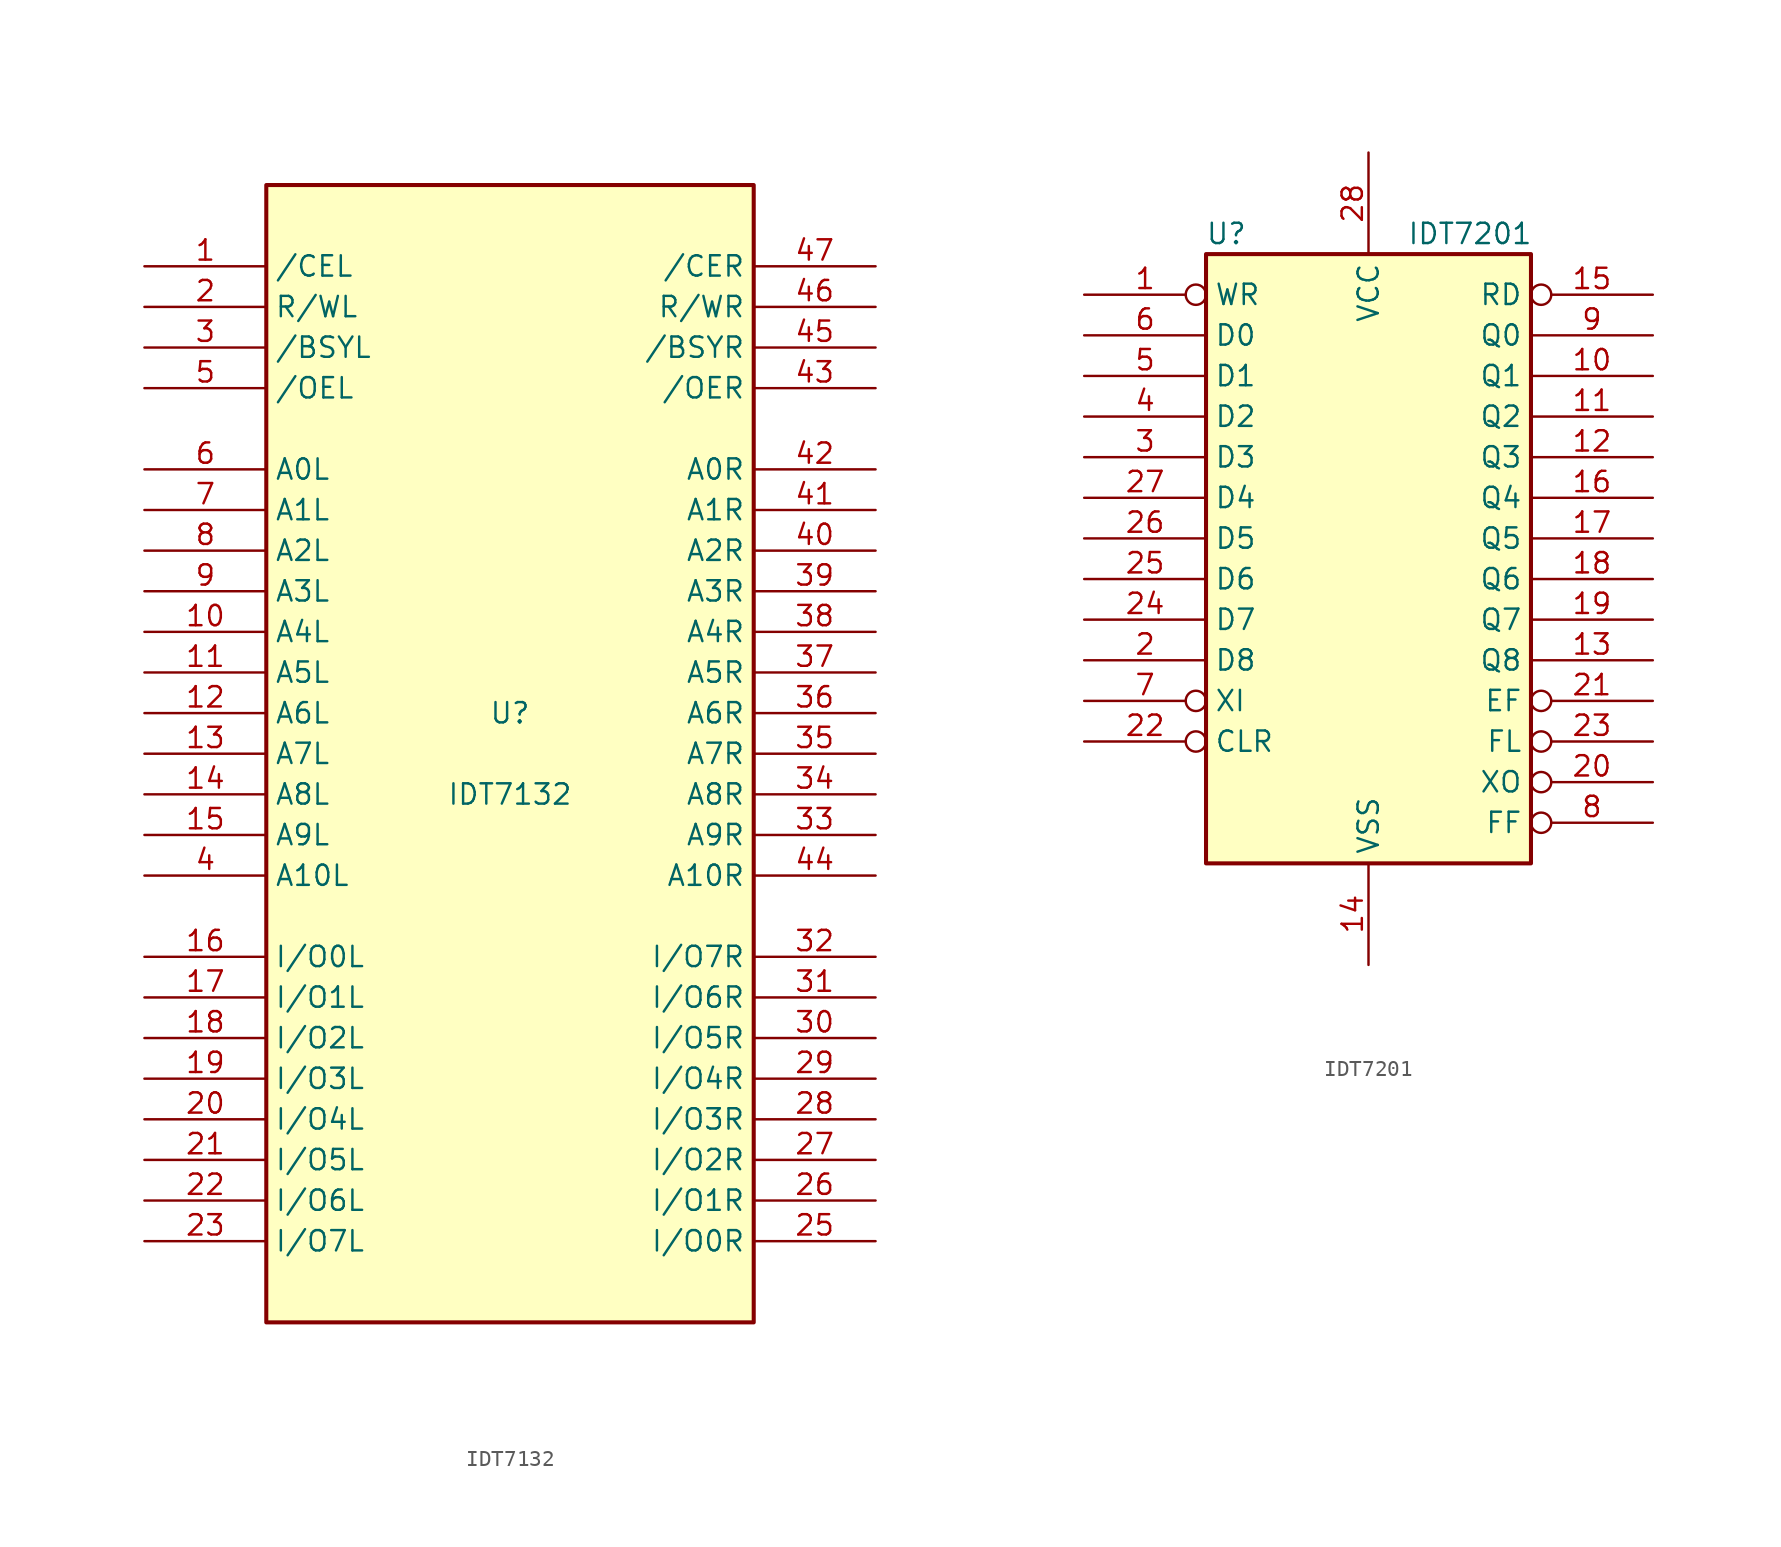
<source format=kicad_sym>
(kicad_symbol_lib
  (version 20201005)
  (generator kicad_symbol_editor)
  (symbol "IDT7132"
    (property "Reference" "U"
      (at 0 2.54 0)
      (effects (font (size 1.27 1.27))))
    (property "Value" "IDT7132"
      (at 0 -2.54 0)
      (effects (font (size 1.27 1.27))))
    (symbol "IDT7132_0_1"
      (rectangle (start -15.24 -35.56) (end 15.24 35.56) (stroke (width 0.254)) (fill (type background))))
    (symbol "IDT7132_1_1"
      (pin input line (at -22.86 30.48 0) (length 7.62) (name "/CEL" (effects (font (size 1.27 1.27)))) (number "1" (effects (font (size 1.27 1.27)))))
      (pin input line (at -22.86 7.62 0) (length 7.62) (name "A4L" (effects (font (size 1.27 1.27)))) (number "10" (effects (font (size 1.27 1.27)))))
      (pin input line (at -22.86 5.08 0) (length 7.62) (name "A5L" (effects (font (size 1.27 1.27)))) (number "11" (effects (font (size 1.27 1.27)))))
      (pin input line (at -22.86 2.54 0) (length 7.62) (name "A6L" (effects (font (size 1.27 1.27)))) (number "12" (effects (font (size 1.27 1.27)))))
      (pin input line (at -22.86 0 0) (length 7.62) (name "A7L" (effects (font (size 1.27 1.27)))) (number "13" (effects (font (size 1.27 1.27)))))
      (pin input line (at -22.86 -2.54 0) (length 7.62) (name "A8L" (effects (font (size 1.27 1.27)))) (number "14" (effects (font (size 1.27 1.27)))))
      (pin input line (at -22.86 -5.08 0) (length 7.62) (name "A9L" (effects (font (size 1.27 1.27)))) (number "15" (effects (font (size 1.27 1.27)))))
      (pin input line (at -22.86 -12.7 0) (length 7.62) (name "I/O0L" (effects (font (size 1.27 1.27)))) (number "16" (effects (font (size 1.27 1.27)))))
      (pin input line (at -22.86 -15.24 0) (length 7.62) (name "I/O1L" (effects (font (size 1.27 1.27)))) (number "17" (effects (font (size 1.27 1.27)))))
      (pin input line (at -22.86 -17.78 0) (length 7.62) (name "I/O2L" (effects (font (size 1.27 1.27)))) (number "18" (effects (font (size 1.27 1.27)))))
      (pin input line (at -22.86 -20.32 0) (length 7.62) (name "I/O3L" (effects (font (size 1.27 1.27)))) (number "19" (effects (font (size 1.27 1.27)))))
      (pin input line (at -22.86 27.94 0) (length 7.62) (name "R/WL" (effects (font (size 1.27 1.27)))) (number "2" (effects (font (size 1.27 1.27)))))
      (pin input line (at -22.86 -22.86 0) (length 7.62) (name "I/O4L" (effects (font (size 1.27 1.27)))) (number "20" (effects (font (size 1.27 1.27)))))
      (pin input line (at -22.86 -25.4 0) (length 7.62) (name "I/O5L" (effects (font (size 1.27 1.27)))) (number "21" (effects (font (size 1.27 1.27)))))
      (pin input line (at -22.86 -27.94 0) (length 7.62) (name "I/O6L" (effects (font (size 1.27 1.27)))) (number "22" (effects (font (size 1.27 1.27)))))
      (pin input line (at -22.86 -30.48 0) (length 7.62) (name "I/O7L" (effects (font (size 1.27 1.27)))) (number "23" (effects (font (size 1.27 1.27)))))
      (pin power_in line (at 0 -35.56 90) (length 0) hide (name "GND" (effects (font (size 1.27 1.27)))) (number "24" (effects (font (size 1.27 1.27)))))
      (pin input line (at 22.86 -30.48 180) (length 7.62) (name "I/O0R" (effects (font (size 1.27 1.27)))) (number "25" (effects (font (size 1.27 1.27)))))
      (pin input line (at 22.86 -27.94 180) (length 7.62) (name "I/O1R" (effects (font (size 1.27 1.27)))) (number "26" (effects (font (size 1.27 1.27)))))
      (pin input line (at 22.86 -25.4 180) (length 7.62) (name "I/O2R" (effects (font (size 1.27 1.27)))) (number "27" (effects (font (size 1.27 1.27)))))
      (pin input line (at 22.86 -22.86 180) (length 7.62) (name "I/O3R" (effects (font (size 1.27 1.27)))) (number "28" (effects (font (size 1.27 1.27)))))
      (pin input line (at 22.86 -20.32 180) (length 7.62) (name "I/O4R" (effects (font (size 1.27 1.27)))) (number "29" (effects (font (size 1.27 1.27)))))
      (pin output line (at -22.86 25.4 0) (length 7.62) (name "/BSYL" (effects (font (size 1.27 1.27)))) (number "3" (effects (font (size 1.27 1.27)))))
      (pin input line (at 22.86 -17.78 180) (length 7.62) (name "I/O5R" (effects (font (size 1.27 1.27)))) (number "30" (effects (font (size 1.27 1.27)))))
      (pin input line (at 22.86 -15.24 180) (length 7.62) (name "I/O6R" (effects (font (size 1.27 1.27)))) (number "31" (effects (font (size 1.27 1.27)))))
      (pin input line (at 22.86 -12.7 180) (length 7.62) (name "I/O7R" (effects (font (size 1.27 1.27)))) (number "32" (effects (font (size 1.27 1.27)))))
      (pin input line (at 22.86 -5.08 180) (length 7.62) (name "A9R" (effects (font (size 1.27 1.27)))) (number "33" (effects (font (size 1.27 1.27)))))
      (pin input line (at 22.86 -2.54 180) (length 7.62) (name "A8R" (effects (font (size 1.27 1.27)))) (number "34" (effects (font (size 1.27 1.27)))))
      (pin input line (at 22.86 0 180) (length 7.62) (name "A7R" (effects (font (size 1.27 1.27)))) (number "35" (effects (font (size 1.27 1.27)))))
      (pin input line (at 22.86 2.54 180) (length 7.62) (name "A6R" (effects (font (size 1.27 1.27)))) (number "36" (effects (font (size 1.27 1.27)))))
      (pin input line (at 22.86 5.08 180) (length 7.62) (name "A5R" (effects (font (size 1.27 1.27)))) (number "37" (effects (font (size 1.27 1.27)))))
      (pin input line (at 22.86 7.62 180) (length 7.62) (name "A4R" (effects (font (size 1.27 1.27)))) (number "38" (effects (font (size 1.27 1.27)))))
      (pin input line (at 22.86 10.16 180) (length 7.62) (name "A3R" (effects (font (size 1.27 1.27)))) (number "39" (effects (font (size 1.27 1.27)))))
      (pin input line (at -22.86 -7.62 0) (length 7.62) (name "A10L" (effects (font (size 1.27 1.27)))) (number "4" (effects (font (size 1.27 1.27)))))
      (pin input line (at 22.86 12.7 180) (length 7.62) (name "A2R" (effects (font (size 1.27 1.27)))) (number "40" (effects (font (size 1.27 1.27)))))
      (pin input line (at 22.86 15.24 180) (length 7.62) (name "A1R" (effects (font (size 1.27 1.27)))) (number "41" (effects (font (size 1.27 1.27)))))
      (pin input line (at 22.86 17.78 180) (length 7.62) (name "A0R" (effects (font (size 1.27 1.27)))) (number "42" (effects (font (size 1.27 1.27)))))
      (pin input line (at 22.86 22.86 180) (length 7.62) (name "/OER" (effects (font (size 1.27 1.27)))) (number "43" (effects (font (size 1.27 1.27)))))
      (pin input line (at 22.86 -7.62 180) (length 7.62) (name "A10R" (effects (font (size 1.27 1.27)))) (number "44" (effects (font (size 1.27 1.27)))))
      (pin output line (at 22.86 25.4 180) (length 7.62) (name "/BSYR" (effects (font (size 1.27 1.27)))) (number "45" (effects (font (size 1.27 1.27)))))
      (pin input line (at 22.86 27.94 180) (length 7.62) (name "R/WR" (effects (font (size 1.27 1.27)))) (number "46" (effects (font (size 1.27 1.27)))))
      (pin input line (at 22.86 30.48 180) (length 7.62) (name "/CER" (effects (font (size 1.27 1.27)))) (number "47" (effects (font (size 1.27 1.27)))))
      (pin power_in line (at 0 35.56 90) (length 0) hide (name "VCC" (effects (font (size 1.27 1.27)))) (number "48" (effects (font (size 1.27 1.27)))))
      (pin input line (at -22.86 22.86 0) (length 7.62) (name "/OEL" (effects (font (size 1.27 1.27)))) (number "5" (effects (font (size 1.27 1.27)))))
      (pin input line (at -22.86 17.78 0) (length 7.62) (name "A0L" (effects (font (size 1.27 1.27)))) (number "6" (effects (font (size 1.27 1.27)))))
      (pin input line (at -22.86 15.24 0) (length 7.62) (name "A1L" (effects (font (size 1.27 1.27)))) (number "7" (effects (font (size 1.27 1.27)))))
      (pin input line (at -22.86 12.7 0) (length 7.62) (name "A2L" (effects (font (size 1.27 1.27)))) (number "8" (effects (font (size 1.27 1.27)))))
      (pin input line (at -22.86 10.16 0) (length 7.62) (name "A3L" (effects (font (size 1.27 1.27)))) (number "9" (effects (font (size 1.27 1.27)))))))
  (symbol "IDT7201"
    (property "Reference" "U"
      (at -8.89 20.32 0)
      (effects (font (size 1.27 1.27))))
    (property "Value" "IDT7201"
      (at 6.35 20.32 0)
      (effects (font (size 1.27 1.27))))
    (symbol "IDT7201_0_1"
      (rectangle (start -10.16 -19.05) (end 10.16 19.05) (stroke (width 0.254)) (fill (type background))))
    (symbol "IDT7201_1_1"
      (pin input inverted (at -17.78 16.51 0) (length 7.62) (name "WR" (effects (font (size 1.27 1.27)))) (number "1" (effects (font (size 1.27 1.27)))))
      (pin tri_state line (at 17.78 11.43 180) (length 7.62) (name "Q1" (effects (font (size 1.27 1.27)))) (number "10" (effects (font (size 1.27 1.27)))))
      (pin tri_state line (at 17.78 8.89 180) (length 7.62) (name "Q2" (effects (font (size 1.27 1.27)))) (number "11" (effects (font (size 1.27 1.27)))))
      (pin tri_state line (at 17.78 6.35 180) (length 7.62) (name "Q3" (effects (font (size 1.27 1.27)))) (number "12" (effects (font (size 1.27 1.27)))))
      (pin tri_state line (at 17.78 -6.35 180) (length 7.62) (name "Q8" (effects (font (size 1.27 1.27)))) (number "13" (effects (font (size 1.27 1.27)))))
      (pin power_in line (at 0 -25.4 90) (length 6.35) (name "VSS" (effects (font (size 1.27 1.27)))) (number "14" (effects (font (size 1.27 1.27)))))
      (pin input inverted (at 17.78 16.51 180) (length 7.62) (name "RD" (effects (font (size 1.27 1.27)))) (number "15" (effects (font (size 1.27 1.27)))))
      (pin tri_state line (at 17.78 3.81 180) (length 7.62) (name "Q4" (effects (font (size 1.27 1.27)))) (number "16" (effects (font (size 1.27 1.27)))))
      (pin tri_state line (at 17.78 1.27 180) (length 7.62) (name "Q5" (effects (font (size 1.27 1.27)))) (number "17" (effects (font (size 1.27 1.27)))))
      (pin tri_state line (at 17.78 -1.27 180) (length 7.62) (name "Q6" (effects (font (size 1.27 1.27)))) (number "18" (effects (font (size 1.27 1.27)))))
      (pin tri_state line (at 17.78 -3.81 180) (length 7.62) (name "Q7" (effects (font (size 1.27 1.27)))) (number "19" (effects (font (size 1.27 1.27)))))
      (pin input line (at -17.78 -6.35 0) (length 7.62) (name "D8" (effects (font (size 1.27 1.27)))) (number "2" (effects (font (size 1.27 1.27)))))
      (pin input inverted (at 17.78 -13.97 180) (length 7.62) (name "XO" (effects (font (size 1.27 1.27)))) (number "20" (effects (font (size 1.27 1.27)))))
      (pin output inverted (at 17.78 -8.89 180) (length 7.62) (name "EF" (effects (font (size 1.27 1.27)))) (number "21" (effects (font (size 1.27 1.27)))))
      (pin input inverted (at -17.78 -11.43 0) (length 7.62) (name "CLR" (effects (font (size 1.27 1.27)))) (number "22" (effects (font (size 1.27 1.27)))))
      (pin input inverted (at 17.78 -11.43 180) (length 7.62) (name "FL" (effects (font (size 1.27 1.27)))) (number "23" (effects (font (size 1.27 1.27)))))
      (pin input line (at -17.78 -3.81 0) (length 7.62) (name "D7" (effects (font (size 1.27 1.27)))) (number "24" (effects (font (size 1.27 1.27)))))
      (pin input line (at -17.78 -1.27 0) (length 7.62) (name "D6" (effects (font (size 1.27 1.27)))) (number "25" (effects (font (size 1.27 1.27)))))
      (pin input line (at -17.78 1.27 0) (length 7.62) (name "D5" (effects (font (size 1.27 1.27)))) (number "26" (effects (font (size 1.27 1.27)))))
      (pin input line (at -17.78 3.81 0) (length 7.62) (name "D4" (effects (font (size 1.27 1.27)))) (number "27" (effects (font (size 1.27 1.27)))))
      (pin power_in line (at 0 25.4 270) (length 6.35) (name "VCC" (effects (font (size 1.27 1.27)))) (number "28" (effects (font (size 1.27 1.27)))))
      (pin input line (at -17.78 6.35 0) (length 7.62) (name "D3" (effects (font (size 1.27 1.27)))) (number "3" (effects (font (size 1.27 1.27)))))
      (pin input line (at -17.78 8.89 0) (length 7.62) (name "D2" (effects (font (size 1.27 1.27)))) (number "4" (effects (font (size 1.27 1.27)))))
      (pin input line (at -17.78 11.43 0) (length 7.62) (name "D1" (effects (font (size 1.27 1.27)))) (number "5" (effects (font (size 1.27 1.27)))))
      (pin input line (at -17.78 13.97 0) (length 7.62) (name "D0" (effects (font (size 1.27 1.27)))) (number "6" (effects (font (size 1.27 1.27)))))
      (pin input inverted (at -17.78 -8.89 0) (length 7.62) (name "XI" (effects (font (size 1.27 1.27)))) (number "7" (effects (font (size 1.27 1.27)))))
      (pin output inverted (at 17.78 -16.51 180) (length 7.62) (name "FF" (effects (font (size 1.27 1.27)))) (number "8" (effects (font (size 1.27 1.27)))))
      (pin tri_state line (at 17.78 13.97 180) (length 7.62) (name "Q0" (effects (font (size 1.27 1.27)))) (number "9" (effects (font (size 1.27 1.27))))))))
</source>
